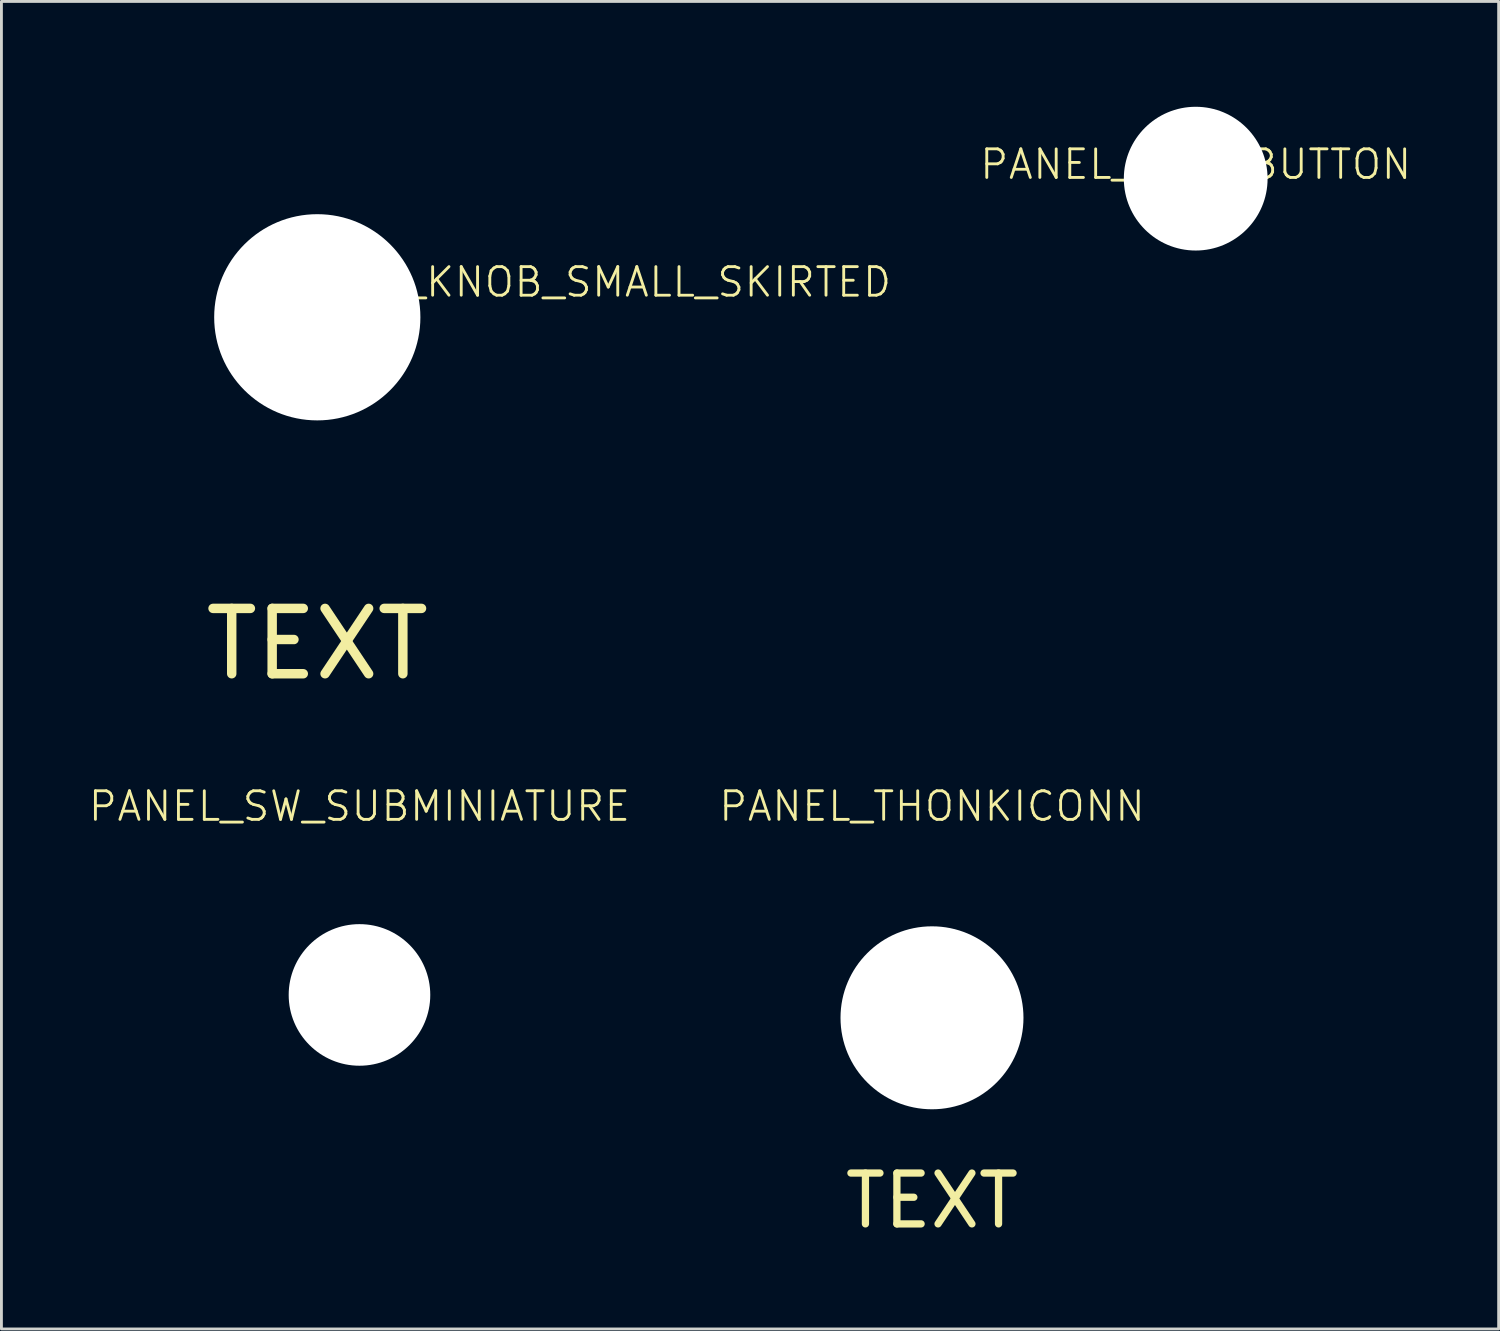
<source format=kicad_pcb>
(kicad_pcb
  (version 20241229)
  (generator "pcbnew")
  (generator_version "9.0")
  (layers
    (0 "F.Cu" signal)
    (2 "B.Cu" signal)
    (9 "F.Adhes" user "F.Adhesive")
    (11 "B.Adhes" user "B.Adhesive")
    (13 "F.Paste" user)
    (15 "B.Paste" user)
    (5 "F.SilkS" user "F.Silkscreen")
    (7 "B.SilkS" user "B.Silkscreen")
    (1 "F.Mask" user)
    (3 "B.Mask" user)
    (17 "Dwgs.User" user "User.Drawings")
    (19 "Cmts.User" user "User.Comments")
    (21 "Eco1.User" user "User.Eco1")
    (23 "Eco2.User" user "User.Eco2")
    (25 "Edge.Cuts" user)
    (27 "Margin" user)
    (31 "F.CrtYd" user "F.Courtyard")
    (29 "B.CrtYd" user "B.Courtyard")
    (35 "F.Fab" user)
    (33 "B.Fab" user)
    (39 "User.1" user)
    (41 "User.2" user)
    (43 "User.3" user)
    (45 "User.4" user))
  (footprint "PANEL_THONKICONN"
    (layer "F.Cu")
    (at 29.555 32.557)
    (property "Reference" "PANEL_THONKICONN" (at 0 -7.4 0) (unlocked yes) (layer "F.SilkS") (effects (font (size 1 1) (thickness 0.1))))
    (attr through_hole)
    (fp_circle (center 0 0) (end 0 -4) (stroke (width 0.1) (type solid)) (fill no) (layer "User.2"))
    (fp_line (start 0 -0.4) (end 0 0.4) (stroke (width 0.1) (type default)) (layer "User.9"))
    (fp_line (start 0 0) (end 0 -0.4) (stroke (width 0.1) (type default)) (layer "User.9"))
    (fp_line (start 0 0.4) (end 0 0) (stroke (width 0.1) (type default)) (layer "User.9"))
    (fp_line (start 0.4 0) (end -0.4 0) (stroke (width 0.1) (type default)) (layer "User.9"))
    (fp_circle (center 0 0) (end 0 -3.2) (stroke (width 0.1) (type default)) (fill no) (layer "User.9"))
    (fp_circle (center 0 0) (end 3.2 0) (stroke (width 0.1) (type default)) (fill no) (layer "User.9"))
    (fp_text user "TEXT" (at 0 6.4 0) (unlocked yes) (layer "F.SilkS") (effects (font (size 1.778 1.778) (thickness 0.254))))
    (pad "" np_thru_hole circle (at 0 0) (size 6.401 6.401) (drill 6.401) (layers "*.Cu" "*.Mask")))
  (footprint "PANEL_PUSHBUTTON"
    (layer "F.Cu")
    (at 38.781 3.2)
    (property "Reference" "PANEL_PUSHBUTTON" (at 0 -0.5 0) (unlocked yes) (layer "F.SilkS") (effects (font (size 1 1) (thickness 0.1))))
    (attr through_hole)
    (fp_circle (center 0 0) (end 3.15 0) (stroke (width 0.1) (type solid)) (fill no) (layer "User.2"))
    (pad "" np_thru_hole circle (at 0 0) (size 5.029 5.029) (drill 5.029) (layers "*.Cu" "*.Mask")))
  (footprint "PANEL_KNOB_SMALL_SKIRTED"
    (layer "F.Cu")
    (at 8.05 8.05)
    (property "Reference" "PANEL_KNOB_SMALL_SKIRTED" (at 9.25 -1.23 0) (unlocked yes) (layer "F.SilkS") (effects (font (size 1 1) (thickness 0.1))))
    (attr through_hole)
    (fp_circle (center 0 0) (end 5.715 0) (stroke (width 0.1) (type solid)) (fill no) (layer "User.2"))
    (fp_circle (center 0 0) (end 7.239 0) (stroke (width 0.1) (type solid)) (fill no) (layer "User.2"))
    (fp_circle (center 0 0) (end 8 0) (stroke (width 0.1) (type solid)) (fill no) (layer "User.2"))
    (fp_text user "TEXT" (at 0 11.43 0) (unlocked yes) (layer "F.SilkS") (effects (font (size 2.286 2.286) (thickness 0.33))))
    (pad "" np_thru_hole circle (at 0 0) (size 7.214 7.214) (drill 7.214) (layers "*.Cu" "*.Mask")))
  (footprint "PANEL_SW_SUBMINIATURE"
    (layer "F.Cu")
    (at 9.526 31.757)
    (property "Reference" "PANEL_SW_SUBMINIATURE" (at 0 -6.6 0) (unlocked yes) (layer "F.SilkS") (effects (font (size 1 1) (thickness 0.1))))
    (attr through_hole)
    (fp_circle (center 0 0) (end 3.111 0) (stroke (width 0.1) (type solid)) (fill no) (layer "User.2"))
    (fp_line (start 0 -0.6) (end 0 0.4) (stroke (width 0.1) (type default)) (layer "User.9"))
    (fp_line (start 0 -0.1) (end 0.45 -0.1) (stroke (width 0.1) (type default)) (layer "User.9"))
    (fp_line (start 0 0) (end 0 -0.6) (stroke (width 0.1) (type default)) (layer "User.9"))
    (fp_line (start 0 0.4) (end 0 -0.1) (stroke (width 0.1) (type default)) (layer "User.9"))
    (fp_line (start 0.45 -0.1) (end -0.45 -0.1) (stroke (width 0.1) (type default)) (layer "User.9"))
    (fp_circle (center 0 0) (end 2.477 0) (stroke (width 0.1) (type default)) (fill no) (layer "User.9"))
    (pad "" np_thru_hole circle (at 0 0) (size 4.953 4.953) (drill 4.953) (layers "*.Cu" "*.Mask")))
  (gr_rect
    (start -3 -3)
    (end 49.379 43.443)
    (stroke (width 0.1) (type default))
    (fill no)
    (layer "Edge.Cuts")))
</source>
